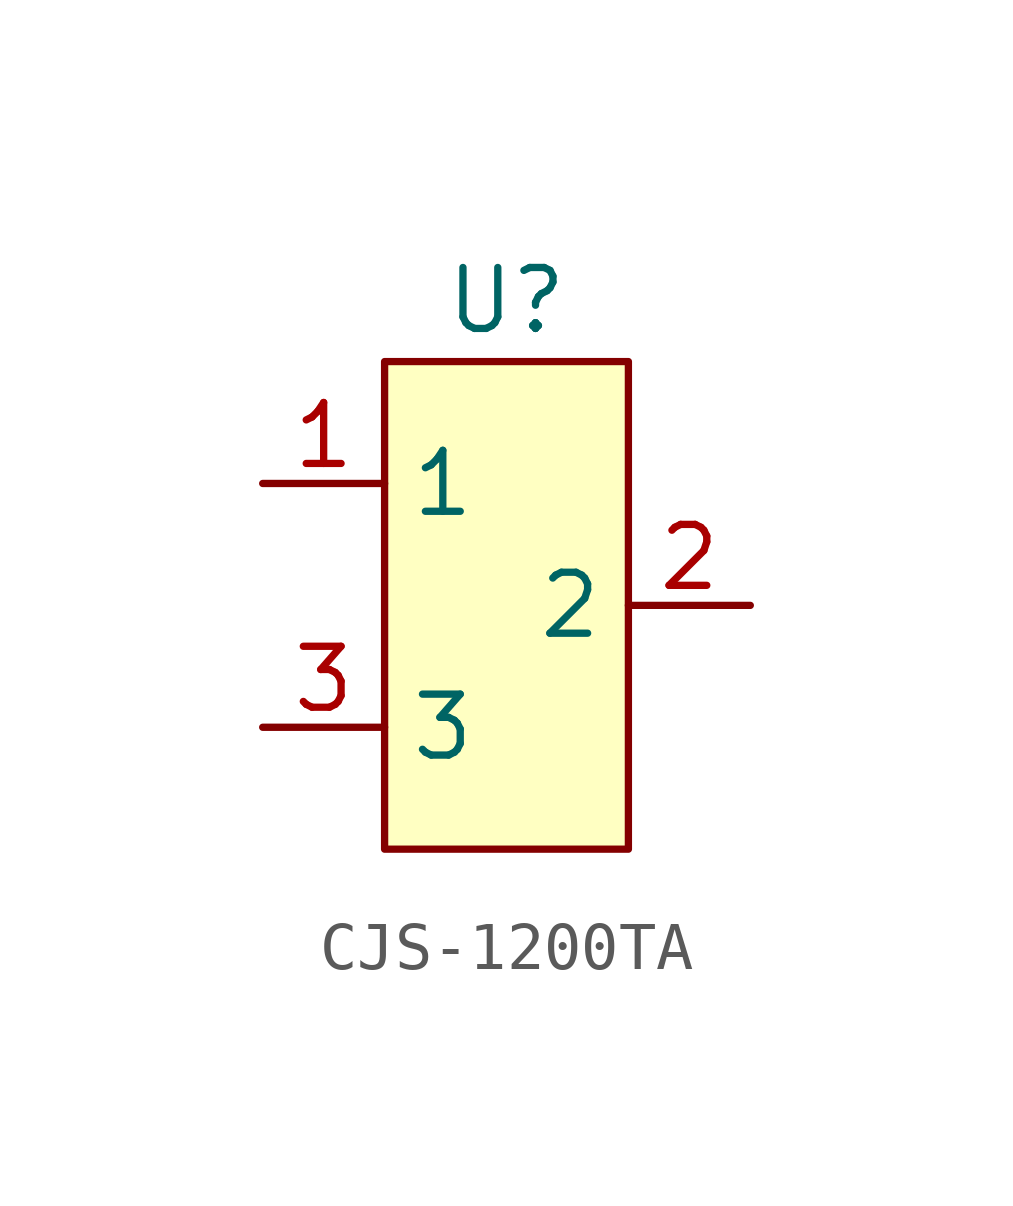
<source format=kicad_sym>
(kicad_symbol_lib
  (version 20231120)
  (generator "kicad_symbol_editor")
  (generator_version "8.0")
  (symbol "CJS-1200TA"
    (property "Reference" "U"
      (at 0 3.81 0)
      (effects (font (size 1.27 1.27))))
    (property "Value" ""
      (at 0 0 0)
      (effects (font (size 1.27 1.27))))
    (symbol "CJS-1200TA_1_1"
      (rectangle (start -2.54 2.54) (end 2.54 -7.62) (stroke (width 0) (type default)) (fill (type background)))
      (pin output line (at -5.08 0 0) (length 2.54) (name "1" (effects (font (size 1.27 1.27)))) (number "1" (effects (font (size 1.27 1.27)))))
      (pin input line (at 5.08 -2.54 180) (length 2.54) (name "2" (effects (font (size 1.27 1.27)))) (number "2" (effects (font (size 1.27 1.27)))))
      (pin output line (at -5.08 -5.08 0) (length 2.54) (name "3" (effects (font (size 1.27 1.27)))) (number "3" (effects (font (size 1.27 1.27))))))))
</source>
